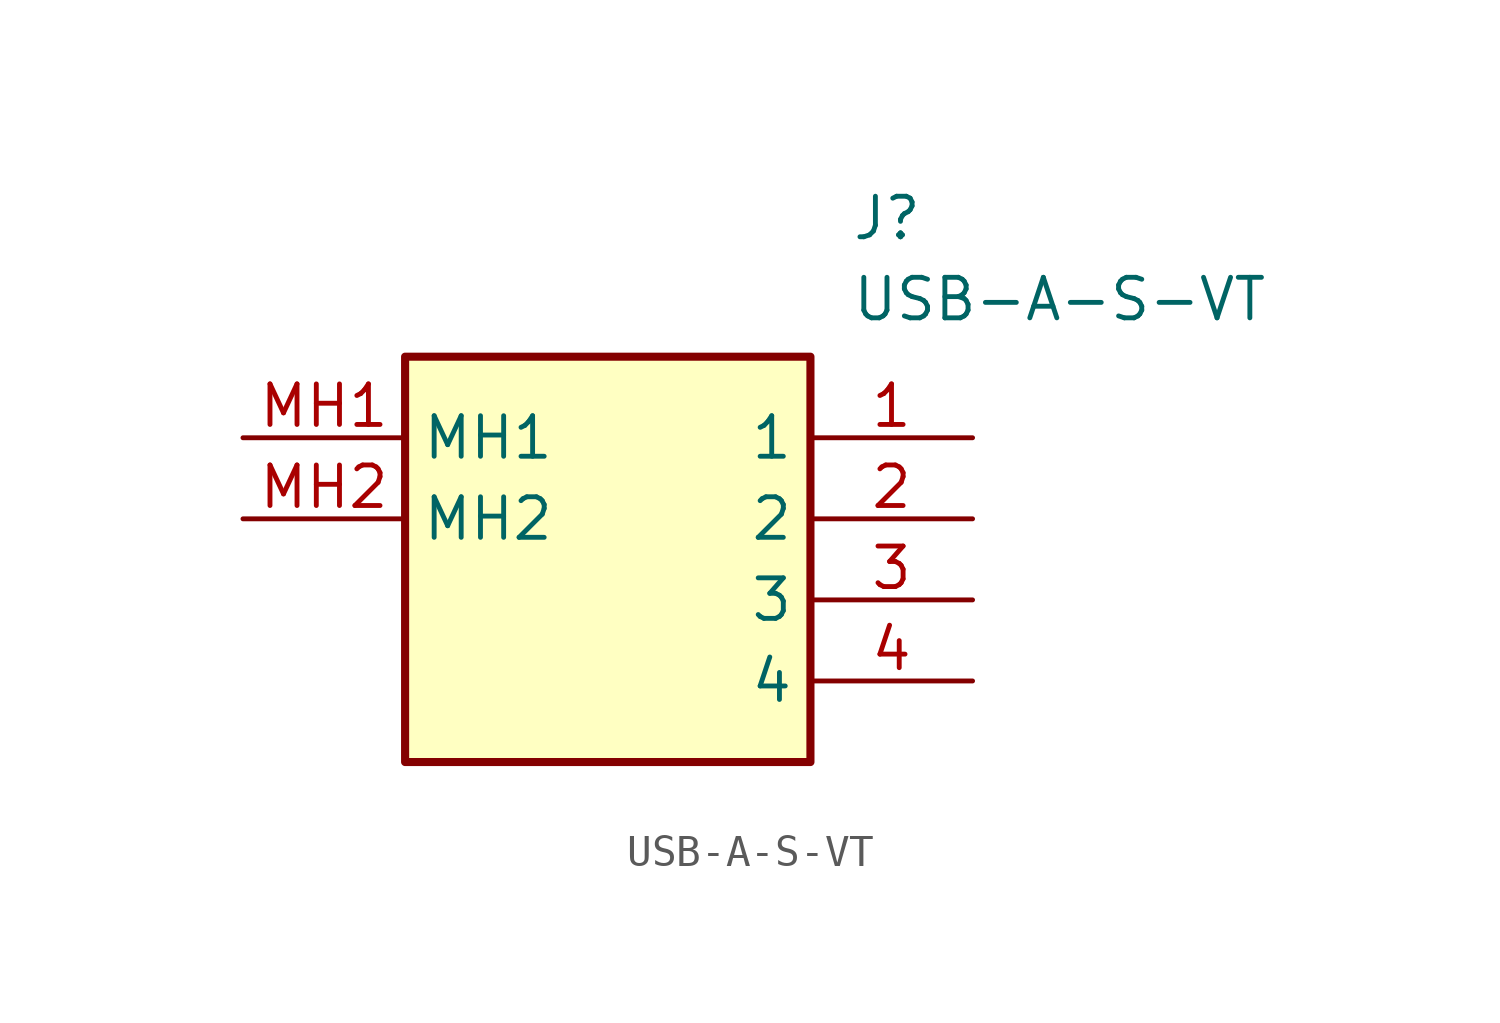
<source format=kicad_sym>
(kicad_symbol_lib
  (version 20211014)
  (generator SamacSys_ECAD_Model)
  (symbol "USB-A-S-VT"
    (property "Reference" "J"
      (at 19.05 7.62 0)
      (effects (font (size 1.27 1.27)) (justify left top)))
    (property "Value" "USB-A-S-VT"
      (at 19.05 5.08 0)
      (effects (font (size 1.27 1.27)) (justify left top)))
    (rectangle
      (start 5.08 2.54)
      (end 17.78 -10.16)
      (stroke (width 0.254) (type default))
      (fill (type background)))
    (pin passive line
      (at 22.86 0 180)
      (length 5.08)
      (name "1" (effects (font (size 1.27 1.27))))
      (number "1" (effects (font (size 1.27 1.27)))))
    (pin passive line
      (at 22.86 -2.54 180)
      (length 5.08)
      (name "2" (effects (font (size 1.27 1.27))))
      (number "2" (effects (font (size 1.27 1.27)))))
    (pin passive line
      (at 22.86 -5.08 180)
      (length 5.08)
      (name "3" (effects (font (size 1.27 1.27))))
      (number "3" (effects (font (size 1.27 1.27)))))
    (pin passive line
      (at 22.86 -7.62 180)
      (length 5.08)
      (name "4" (effects (font (size 1.27 1.27))))
      (number "4" (effects (font (size 1.27 1.27)))))
    (pin passive line
      (at 0 0 0)
      (length 5.08)
      (name "MH1" (effects (font (size 1.27 1.27))))
      (number "MH1" (effects (font (size 1.27 1.27)))))
    (pin passive line
      (at 0 -2.54 0)
      (length 5.08)
      (name "MH2" (effects (font (size 1.27 1.27))))
      (number "MH2" (effects (font (size 1.27 1.27)))))))
</source>
